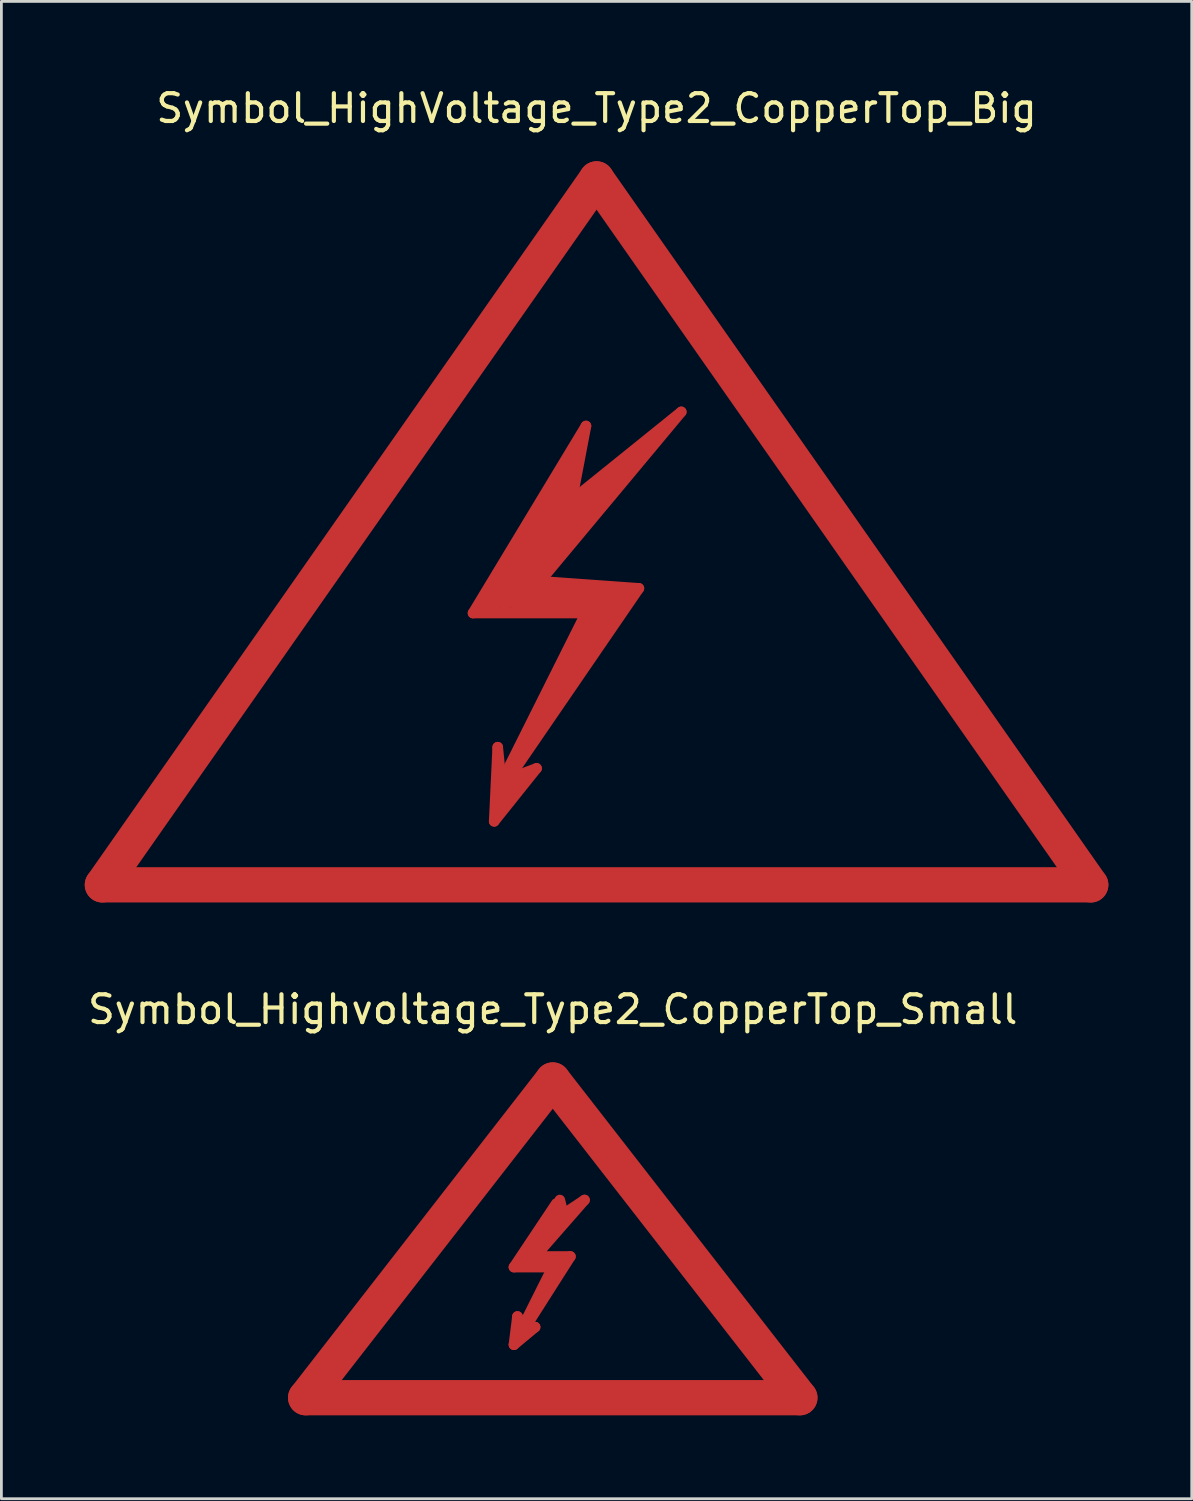
<source format=kicad_pcb>
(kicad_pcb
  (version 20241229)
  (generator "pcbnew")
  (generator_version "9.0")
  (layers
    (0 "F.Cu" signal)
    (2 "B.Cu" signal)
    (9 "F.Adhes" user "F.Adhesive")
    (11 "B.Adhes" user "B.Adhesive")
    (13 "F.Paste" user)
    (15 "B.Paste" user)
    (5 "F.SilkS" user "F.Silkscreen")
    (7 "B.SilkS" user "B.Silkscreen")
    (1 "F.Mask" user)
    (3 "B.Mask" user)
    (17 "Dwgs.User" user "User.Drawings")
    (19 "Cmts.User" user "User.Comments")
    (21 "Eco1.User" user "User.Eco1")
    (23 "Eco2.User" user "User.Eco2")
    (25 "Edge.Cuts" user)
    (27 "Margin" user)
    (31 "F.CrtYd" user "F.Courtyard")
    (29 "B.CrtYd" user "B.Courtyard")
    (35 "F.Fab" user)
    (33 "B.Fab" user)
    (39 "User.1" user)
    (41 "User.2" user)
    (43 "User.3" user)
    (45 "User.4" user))
  (footprint "Symbol_HighVoltage_Type2_CopperTop_Big"
    (layer "F.Cu")
    (at 18.415 18.628)
    (property "Reference" "Symbol_HighVoltage_Type2_CopperTop_Big" (at 0 -17.78 0) (layer "F.SilkS") (effects (font (size 1 1) (thickness 0.15))))
    (attr through_hole)
    (fp_line (start -17.78 10.16) (end 0 -15.24) (stroke (width 1.27) (type solid)) (layer "F.Cu"))
    (fp_line (start -4.445 0.381) (end -0.381 0.381) (stroke (width 0.381) (type solid)) (layer "F.Cu"))
    (fp_line (start -4.064 0.254) (end -0.889 -4.318) (stroke (width 0.381) (type solid)) (layer "F.Cu"))
    (fp_line (start -3.683 0.127) (end -1.016 -3.556) (stroke (width 0.381) (type solid)) (layer "F.Cu"))
    (fp_line (start -3.683 7.874) (end -2.159 5.969) (stroke (width 0.381) (type solid)) (layer "F.Cu"))
    (fp_line (start -3.556 5.207) (end -3.683 7.874) (stroke (width 0.381) (type solid)) (layer "F.Cu"))
    (fp_line (start -3.556 7.239) (end -3.175 6.35) (stroke (width 0.381) (type solid)) (layer "F.Cu"))
    (fp_line (start -3.429 6.477) (end -3.556 5.207) (stroke (width 0.381) (type solid)) (layer "F.Cu"))
    (fp_line (start -3.302 0.127) (end 1.397 -5.207) (stroke (width 0.381) (type solid)) (layer "F.Cu"))
    (fp_line (start -3.175 6.096) (end -3.048 6.223) (stroke (width 0.381) (type solid)) (layer "F.Cu"))
    (fp_line (start -3.175 6.35) (end -3.048 5.969) (stroke (width 0.381) (type solid)) (layer "F.Cu"))
    (fp_line (start -3.175 6.35) (end 1.524 -0.508) (stroke (width 0.381) (type solid)) (layer "F.Cu"))
    (fp_line (start -3.048 5.969) (end -3.175 6.096) (stroke (width 0.381) (type solid)) (layer "F.Cu"))
    (fp_line (start -2.921 0.254) (end 0.762 0.127) (stroke (width 0.381) (type solid)) (layer "F.Cu"))
    (fp_line (start -2.794 6.477) (end -3.556 7.239) (stroke (width 0.381) (type solid)) (layer "F.Cu"))
    (fp_line (start -2.667 5.461) (end 0.127 0.127) (stroke (width 0.381) (type solid)) (layer "F.Cu"))
    (fp_line (start -2.413 0) (end 0.635 -0.127) (stroke (width 0.381) (type solid)) (layer "F.Cu"))
    (fp_line (start -2.286 -1.524) (end 0.254 -4.445) (stroke (width 0.381) (type solid)) (layer "F.Cu"))
    (fp_line (start -2.286 -1.016) (end -2.032 -0.381) (stroke (width 0.381) (type solid)) (layer "F.Cu"))
    (fp_line (start -2.286 -0.381) (end -2.413 0) (stroke (width 0.381) (type solid)) (layer "F.Cu"))
    (fp_line (start -2.159 5.969) (end -3.175 6.35) (stroke (width 0.381) (type solid)) (layer "F.Cu"))
    (fp_line (start -2.032 -0.762) (end 3.048 -6.858) (stroke (width 0.381) (type solid)) (layer "F.Cu"))
    (fp_line (start -1.016 -3.556) (end -3.302 0.127) (stroke (width 0.381) (type solid)) (layer "F.Cu"))
    (fp_line (start -0.889 -4.318) (end -3.683 0.127) (stroke (width 0.381) (type solid)) (layer "F.Cu"))
    (fp_line (start -0.889 -3.683) (end -0.381 -6.35) (stroke (width 0.381) (type solid)) (layer "F.Cu"))
    (fp_line (start -0.762 -5.588) (end -0.889 -4.953) (stroke (width 0.381) (type solid)) (layer "F.Cu"))
    (fp_line (start -0.762 -5.08) (end -4.064 0.254) (stroke (width 0.381) (type solid)) (layer "F.Cu"))
    (fp_line (start -0.381 -6.35) (end -4.445 0.381) (stroke (width 0.381) (type solid)) (layer "F.Cu"))
    (fp_line (start -0.381 0.381) (end -3.429 6.477) (stroke (width 0.381) (type solid)) (layer "F.Cu"))
    (fp_line (start 0 -15.24) (end 17.78 10.16) (stroke (width 1.27) (type solid)) (layer "F.Cu"))
    (fp_line (start 0.127 0.127) (end 0.762 0.127) (stroke (width 0.381) (type solid)) (layer "F.Cu"))
    (fp_line (start 0.254 -4.445) (end -2.921 0.254) (stroke (width 0.381) (type solid)) (layer "F.Cu"))
    (fp_line (start 0.635 -0.127) (end -2.667 5.461) (stroke (width 0.381) (type solid)) (layer "F.Cu"))
    (fp_line (start 0.762 0.127) (end -0.508 2.159) (stroke (width 0.381) (type solid)) (layer "F.Cu"))
    (fp_line (start 0.762 0.127) (end 1.143 -0.381) (stroke (width 0.381) (type solid)) (layer "F.Cu"))
    (fp_line (start 1.143 -0.381) (end -2.286 -0.381) (stroke (width 0.381) (type solid)) (layer "F.Cu"))
    (fp_line (start 1.397 -5.207) (end -2.286 -1.524) (stroke (width 0.381) (type solid)) (layer "F.Cu"))
    (fp_line (start 1.524 -0.508) (end -2.032 -0.762) (stroke (width 0.381) (type solid)) (layer "F.Cu"))
    (fp_line (start 1.778 -5.461) (end -1.143 -3.175) (stroke (width 0.381) (type solid)) (layer "F.Cu"))
    (fp_line (start 3.048 -6.858) (end -0.889 -3.683) (stroke (width 0.381) (type solid)) (layer "F.Cu"))
    (fp_line (start 17.78 10.16) (end -17.78 10.16) (stroke (width 1.27) (type solid)) (layer "F.Cu")))
  (footprint "Symbol_Highvoltage_Type2_CopperTop_Small"
    (layer "F.Cu")
    (at 16.839 43.431)
    (property "Reference" "Symbol_Highvoltage_Type2_CopperTop_Small" (at 0 -10.16 0) (layer "F.SilkS") (effects (font (size 1 1) (thickness 0.15))))
    (attr through_hole)
    (fp_line (start -8.89 3.81) (end 0 -7.62) (stroke (width 1.27) (type solid)) (layer "F.Cu"))
    (fp_line (start -1.397 -0.889) (end 0 -0.889) (stroke (width 0.381) (type solid)) (layer "F.Cu"))
    (fp_line (start -1.397 1.905) (end -0.635 1.27) (stroke (width 0.381) (type solid)) (layer "F.Cu"))
    (fp_line (start -1.27 0.889) (end -1.397 1.905) (stroke (width 0.381) (type solid)) (layer "F.Cu"))
    (fp_line (start -1.143 1.397) (end -1.27 0.889) (stroke (width 0.381) (type solid)) (layer "F.Cu"))
    (fp_line (start -1.143 1.524) (end 0.635 -1.27) (stroke (width 0.381) (type solid)) (layer "F.Cu"))
    (fp_line (start -1.016 -1.016) (end 0.254 -1.016) (stroke (width 0.381) (type solid)) (layer "F.Cu"))
    (fp_line (start -0.635 -1.27) (end 1.143 -3.302) (stroke (width 0.381) (type solid)) (layer "F.Cu"))
    (fp_line (start -0.635 1.27) (end -1.143 1.524) (stroke (width 0.381) (type solid)) (layer "F.Cu"))
    (fp_line (start 0 -7.62) (end 8.89 3.81) (stroke (width 1.27) (type solid)) (layer "F.Cu"))
    (fp_line (start 0 -0.889) (end -1.143 1.397) (stroke (width 0.381) (type solid)) (layer "F.Cu"))
    (fp_line (start 0.127 -3.175) (end -1.397 -0.889) (stroke (width 0.381) (type solid)) (layer "F.Cu"))
    (fp_line (start 0.381 -2.921) (end -1.016 -1.016) (stroke (width 0.381) (type solid)) (layer "F.Cu"))
    (fp_line (start 0.381 -2.794) (end 0.254 -3.302) (stroke (width 0.381) (type solid)) (layer "F.Cu"))
    (fp_line (start 0.635 -1.27) (end -0.635 -1.27) (stroke (width 0.381) (type solid)) (layer "F.Cu"))
    (fp_line (start 1.143 -3.302) (end 0.381 -2.794) (stroke (width 0.381) (type solid)) (layer "F.Cu"))
    (fp_line (start 8.89 3.81) (end -8.89 3.81) (stroke (width 1.27) (type solid)) (layer "F.Cu")))
  (gr_rect
    (start -3 -3)
    (end 39.83 50.877)
    (stroke (width 0.1) (type default))
    (fill no)
    (layer "Edge.Cuts")))
</source>
